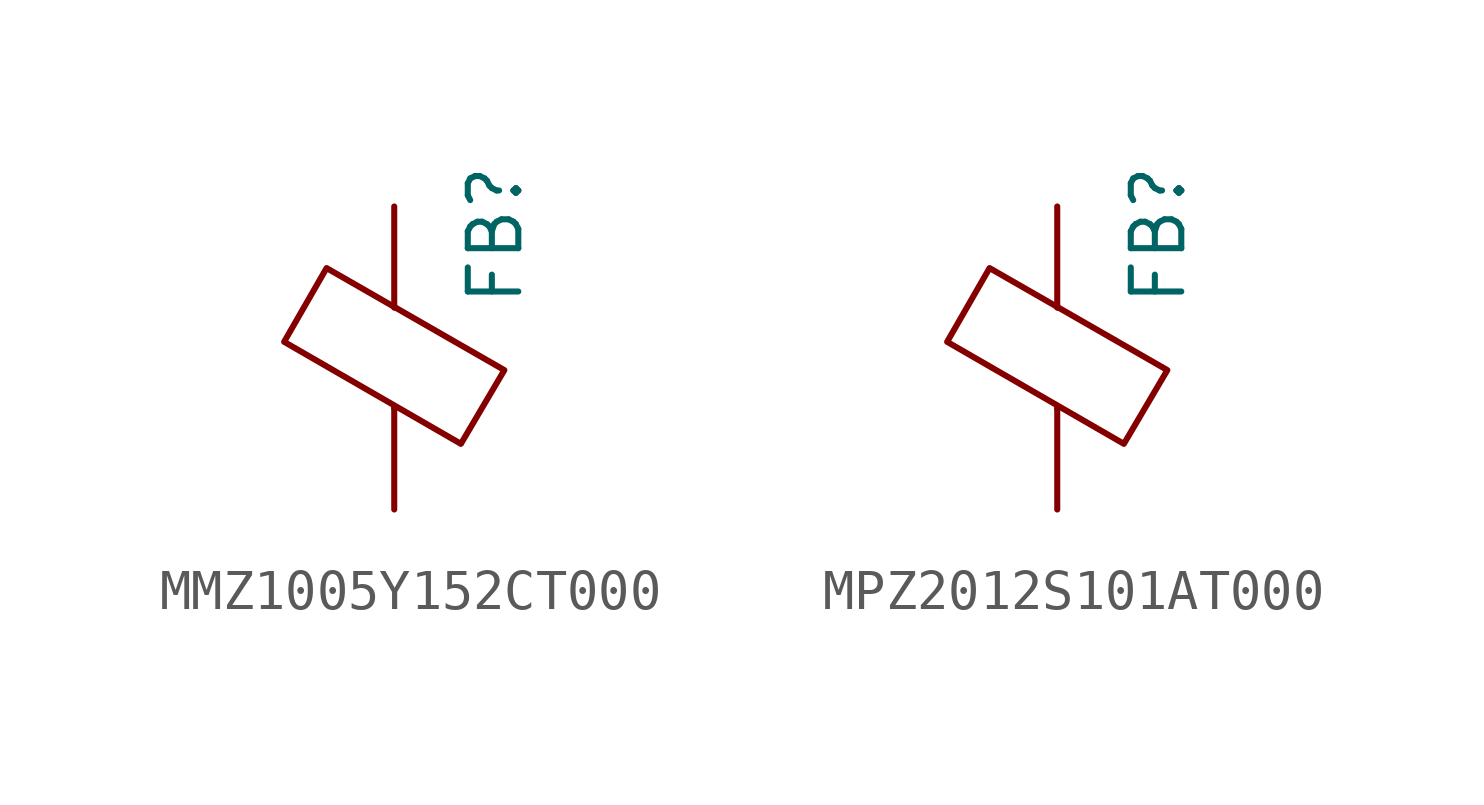
<source format=kicad_sym>
(kicad_symbol_lib
  (version 20220914)
  (generator kicad_symbol_editor)
  (symbol "MMZ1005Y152CT000"
    (pin_numbers hide)
    (pin_names
      (offset 0))
    (property "Reference" "FB"
      (at 2.54 1.27 90)
      (effects (font (size 1.27 1.27)) (justify left)))
    (symbol "MMZ1005Y152CT000_0_1"
      (polyline (pts (xy 0 -1.27) (xy 0 -1.219)) (stroke (width 0) (type default)) (fill (type none)))
      (polyline (pts (xy 0 1.27) (xy 0 1.295)) (stroke (width 0) (type default)) (fill (type none)))
      (polyline (pts (xy -2.769 0.406) (xy -1.702 2.261) (xy 2.769 -0.305) (xy 1.676 -2.159) (xy -2.769 0.406)) (stroke (width 0) (type default)) (fill (type none))))
    (symbol "MMZ1005Y152CT000_1_1"
      (pin passive line (at 0 3.81 270) (length 2.54) (name "~" (effects (font (size 1.27 1.27)))) (number "1" (effects (font (size 1.27 1.27)))))
      (pin passive line (at 0 -3.81 90) (length 2.54) (name "~" (effects (font (size 1.27 1.27)))) (number "2" (effects (font (size 1.27 1.27)))))))
  (symbol "MPZ2012S101AT000"
    (pin_numbers hide)
    (pin_names
      (offset 0))
    (property "Reference" "FB"
      (at 2.54 1.27 90)
      (effects (font (size 1.27 1.27)) (justify left)))
    (symbol "MPZ2012S101AT000_0_1"
      (polyline (pts (xy 0 -1.27) (xy 0 -1.219)) (stroke (width 0) (type default)) (fill (type none)))
      (polyline (pts (xy 0 1.27) (xy 0 1.295)) (stroke (width 0) (type default)) (fill (type none)))
      (polyline (pts (xy -2.769 0.406) (xy -1.702 2.261) (xy 2.769 -0.305) (xy 1.676 -2.159) (xy -2.769 0.406)) (stroke (width 0) (type default)) (fill (type none))))
    (symbol "MPZ2012S101AT000_1_1"
      (pin passive line (at 0 3.81 270) (length 2.54) (name "~" (effects (font (size 1.27 1.27)))) (number "1" (effects (font (size 1.27 1.27)))))
      (pin passive line (at 0 -3.81 90) (length 2.54) (name "~" (effects (font (size 1.27 1.27)))) (number "2" (effects (font (size 1.27 1.27))))))))
</source>
